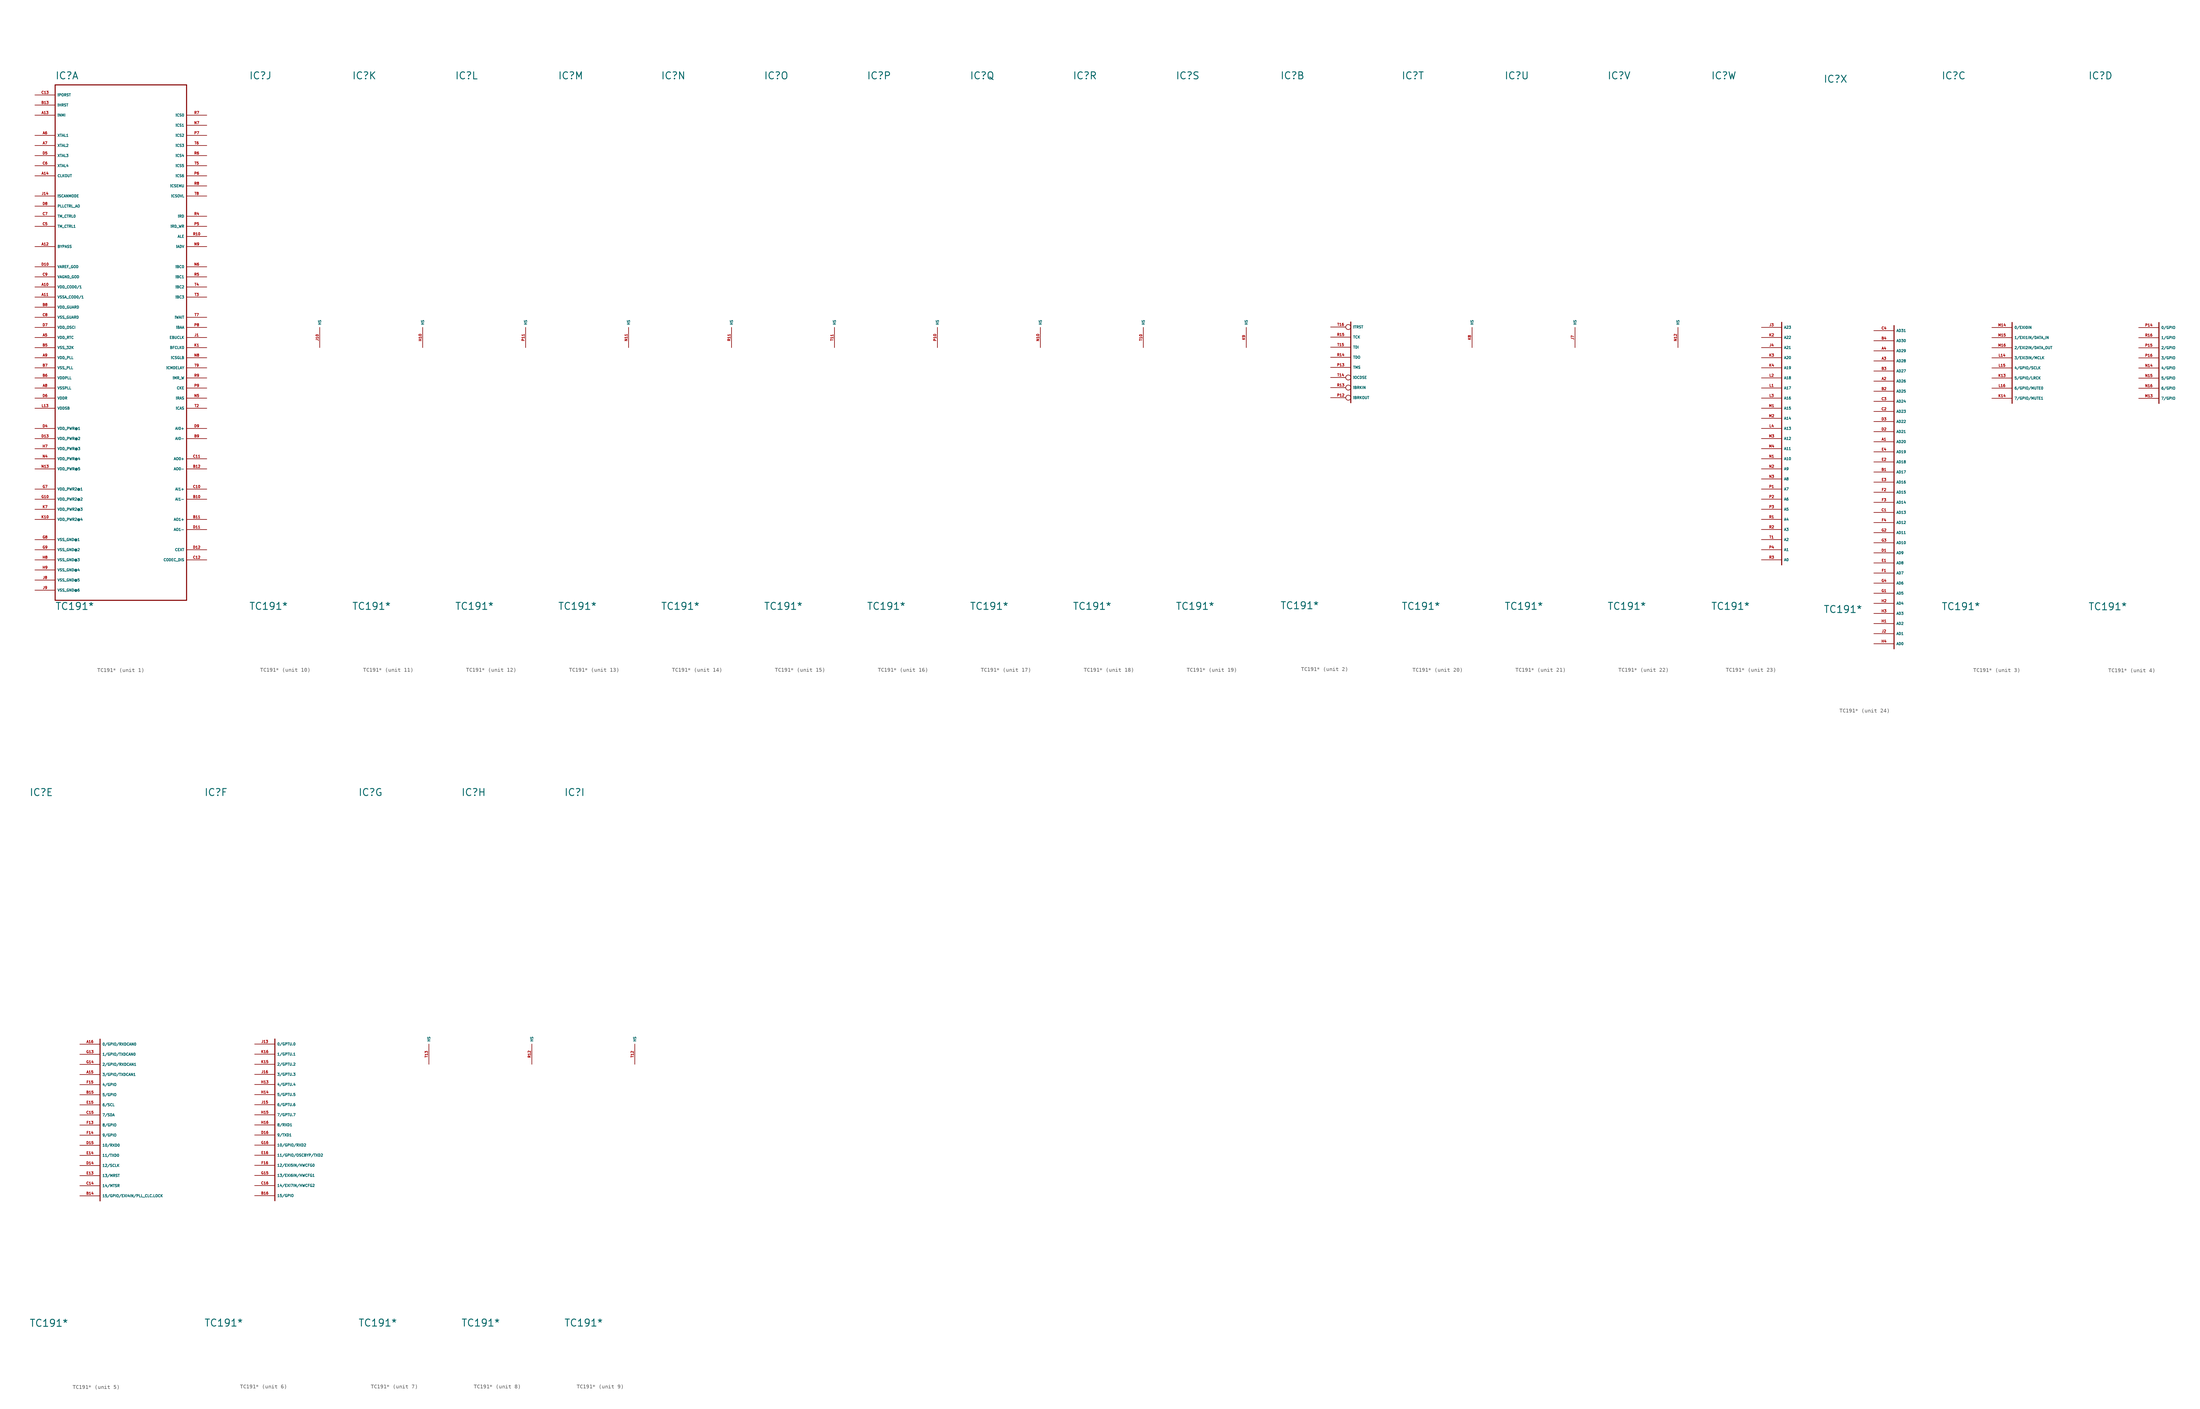
<source format=kicad_sym>
(kicad_symbol_lib
  (version 20220914)
  (generator Eagle2Kicad)
  (symbol "TC191*"
    (property "Reference" "IC"
      (at -17.78 62.23 0)
      (effects (font (size 1.778 1.778) (thickness 0.22)) (justify left bottom)))
    (property "Value" "TC191*"
      (at -17.78 -71.12 0)
      (effects (font (size 1.778 1.778) (thickness 0.22)) (justify left bottom)))
    (symbol "TC191*_1_0"
      (polyline (pts (xy 15.24 60.96) (xy 15.24 -68.58)) (stroke (width 0.254) (type default)) (fill (type none)))
      (polyline (pts (xy 15.24 -68.58) (xy -17.78 -68.58)) (stroke (width 0.254) (type default)) (fill (type none)))
      (polyline (pts (xy -17.78 -68.58) (xy -17.78 60.96)) (stroke (width 0.254) (type default)) (fill (type none)))
      (polyline (pts (xy -17.78 60.96) (xy 15.24 60.96)) (stroke (width 0.254) (type default)) (fill (type none)))
      (pin bidirectional line (at 20.32 27.94 180) (length 5.08) (name "!RD" (effects (font (size 0.635 0.635) (thickness 0.08)) (justify left bottom))) (number "R4" (effects (font (size 0.635 0.635) (thickness 0.08)) (justify left bottom))))
      (pin output line (at 20.32 53.34 180) (length 5.08) (name "!CS0" (effects (font (size 0.635 0.635) (thickness 0.08)) (justify left bottom))) (number "R7" (effects (font (size 0.635 0.635) (thickness 0.08)) (justify left bottom))))
      (pin input line (at -22.86 58.42 0) (length 5.08) (name "!PORST" (effects (font (size 0.635 0.635) (thickness 0.08)) (justify left bottom))) (number "C13" (effects (font (size 0.635 0.635) (thickness 0.08)) (justify left bottom))))
      (pin output line (at -22.86 38.1 0) (length 5.08) (name "CLKOUT" (effects (font (size 0.635 0.635) (thickness 0.08)) (justify left bottom))) (number "A14" (effects (font (size 0.635 0.635) (thickness 0.08)) (justify left bottom))))
      (pin bidirectional line (at 20.32 2.54 180) (length 5.08) (name "!WAIT" (effects (font (size 0.635 0.635) (thickness 0.08)) (justify left bottom))) (number "T7" (effects (font (size 0.635 0.635) (thickness 0.08)) (justify left bottom))))
      (pin output line (at 20.32 -12.7 180) (length 5.08) (name "!MR_W" (effects (font (size 0.635 0.635) (thickness 0.08)) (justify left bottom))) (number "R9" (effects (font (size 0.635 0.635) (thickness 0.08)) (justify left bottom))))
      (pin output line (at 20.32 22.86 180) (length 5.08) (name "ALE" (effects (font (size 0.635 0.635) (thickness 0.08)) (justify left bottom))) (number "R10" (effects (font (size 0.635 0.635) (thickness 0.08)) (justify left bottom))))
      (pin output line (at 20.32 0 180) (length 5.08) (name "!BAA" (effects (font (size 0.635 0.635) (thickness 0.08)) (justify left bottom))) (number "P8" (effects (font (size 0.635 0.635) (thickness 0.08)) (justify left bottom))))
      (pin output line (at 20.32 -17.78 180) (length 5.08) (name "!RAS" (effects (font (size 0.635 0.635) (thickness 0.08)) (justify left bottom))) (number "N5" (effects (font (size 0.635 0.635) (thickness 0.08)) (justify left bottom))))
      (pin output line (at 20.32 -20.32 180) (length 5.08) (name "!CAS" (effects (font (size 0.635 0.635) (thickness 0.08)) (justify left bottom))) (number "T2" (effects (font (size 0.635 0.635) (thickness 0.08)) (justify left bottom))))
      (pin output line (at 20.32 50.8 180) (length 5.08) (name "!CS1" (effects (font (size 0.635 0.635) (thickness 0.08)) (justify left bottom))) (number "N7" (effects (font (size 0.635 0.635) (thickness 0.08)) (justify left bottom))))
      (pin output line (at 20.32 48.26 180) (length 5.08) (name "!CS2" (effects (font (size 0.635 0.635) (thickness 0.08)) (justify left bottom))) (number "P7" (effects (font (size 0.635 0.635) (thickness 0.08)) (justify left bottom))))
      (pin output line (at 20.32 45.72 180) (length 5.08) (name "!CS3" (effects (font (size 0.635 0.635) (thickness 0.08)) (justify left bottom))) (number "T6" (effects (font (size 0.635 0.635) (thickness 0.08)) (justify left bottom))))
      (pin output line (at 20.32 43.18 180) (length 5.08) (name "!CS4" (effects (font (size 0.635 0.635) (thickness 0.08)) (justify left bottom))) (number "R6" (effects (font (size 0.635 0.635) (thickness 0.08)) (justify left bottom))))
      (pin output line (at 20.32 40.64 180) (length 5.08) (name "!CS5" (effects (font (size 0.635 0.635) (thickness 0.08)) (justify left bottom))) (number "T5" (effects (font (size 0.635 0.635) (thickness 0.08)) (justify left bottom))))
      (pin output line (at 20.32 38.1 180) (length 5.08) (name "!CS6" (effects (font (size 0.635 0.635) (thickness 0.08)) (justify left bottom))) (number "P6" (effects (font (size 0.635 0.635) (thickness 0.08)) (justify left bottom))))
      (pin output line (at 20.32 -7.62 180) (length 5.08) (name "!CSGLB" (effects (font (size 0.635 0.635) (thickness 0.08)) (justify left bottom))) (number "N8" (effects (font (size 0.635 0.635) (thickness 0.08)) (justify left bottom))))
      (pin output line (at 20.32 -15.24 180) (length 5.08) (name "CKE" (effects (font (size 0.635 0.635) (thickness 0.08)) (justify left bottom))) (number "P9" (effects (font (size 0.635 0.635) (thickness 0.08)) (justify left bottom))))
      (pin output line (at 20.32 -2.54 180) (length 5.08) (name "EBUCLK" (effects (font (size 0.635 0.635) (thickness 0.08)) (justify left bottom))) (number "J1" (effects (font (size 0.635 0.635) (thickness 0.08)) (justify left bottom))))
      (pin output line (at 20.32 20.32 180) (length 5.08) (name "!ADV" (effects (font (size 0.635 0.635) (thickness 0.08)) (justify left bottom))) (number "N9" (effects (font (size 0.635 0.635) (thickness 0.08)) (justify left bottom))))
      (pin input line (at 20.32 -10.16 180) (length 5.08) (name "!CMDELAY" (effects (font (size 0.635 0.635) (thickness 0.08)) (justify left bottom))) (number "T9" (effects (font (size 0.635 0.635) (thickness 0.08)) (justify left bottom))))
      (pin input line (at -22.86 33.02 0) (length 5.08) (name "!SCANMODE" (effects (font (size 0.635 0.635) (thickness 0.08)) (justify left bottom))) (number "J14" (effects (font (size 0.635 0.635) (thickness 0.08)) (justify left bottom))))
      (pin input line (at -22.86 27.94 0) (length 5.08) (name "TM_CTRL0" (effects (font (size 0.635 0.635) (thickness 0.08)) (justify left bottom))) (number "C7" (effects (font (size 0.635 0.635) (thickness 0.08)) (justify left bottom))))
      (pin input line (at -22.86 25.4 0) (length 5.08) (name "TM_CTRL1" (effects (font (size 0.635 0.635) (thickness 0.08)) (justify left bottom))) (number "C5" (effects (font (size 0.635 0.635) (thickness 0.08)) (justify left bottom))))
      (pin input line (at -22.86 48.26 0) (length 5.08) (name "XTAL1" (effects (font (size 0.635 0.635) (thickness 0.08)) (justify left bottom))) (number "A6" (effects (font (size 0.635 0.635) (thickness 0.08)) (justify left bottom))))
      (pin output line (at -22.86 45.72 0) (length 5.08) (name "XTAL2" (effects (font (size 0.635 0.635) (thickness 0.08)) (justify left bottom))) (number "A7" (effects (font (size 0.635 0.635) (thickness 0.08)) (justify left bottom))))
      (pin bidirectional line (at 20.32 15.24 180) (length 5.08) (name "!BC0" (effects (font (size 0.635 0.635) (thickness 0.08)) (justify left bottom))) (number "N6" (effects (font (size 0.635 0.635) (thickness 0.08)) (justify left bottom))))
      (pin bidirectional line (at 20.32 12.7 180) (length 5.08) (name "!BC1" (effects (font (size 0.635 0.635) (thickness 0.08)) (justify left bottom))) (number "R5" (effects (font (size 0.635 0.635) (thickness 0.08)) (justify left bottom))))
      (pin bidirectional line (at 20.32 10.16 180) (length 5.08) (name "!BC2" (effects (font (size 0.635 0.635) (thickness 0.08)) (justify left bottom))) (number "T4" (effects (font (size 0.635 0.635) (thickness 0.08)) (justify left bottom))))
      (pin bidirectional line (at 20.32 7.62 180) (length 5.08) (name "!BC3" (effects (font (size 0.635 0.635) (thickness 0.08)) (justify left bottom))) (number "T3" (effects (font (size 0.635 0.635) (thickness 0.08)) (justify left bottom))))
      (pin bidirectional line (at 20.32 25.4 180) (length 5.08) (name "!RD_WR" (effects (font (size 0.635 0.635) (thickness 0.08)) (justify left bottom))) (number "P5" (effects (font (size 0.635 0.635) (thickness 0.08)) (justify left bottom))))
      (pin output line (at 20.32 -5.08 180) (length 5.08) (name "BFCLK0" (effects (font (size 0.635 0.635) (thickness 0.08)) (justify left bottom))) (number "K1" (effects (font (size 0.635 0.635) (thickness 0.08)) (justify left bottom))))
      (pin input line (at 20.32 -25.4 180) (length 5.08) (name "AI0+" (effects (font (size 0.635 0.635) (thickness 0.08)) (justify left bottom))) (number "D9" (effects (font (size 0.635 0.635) (thickness 0.08)) (justify left bottom))))
      (pin input line (at 20.32 -27.94 180) (length 5.08) (name "AI0-" (effects (font (size 0.635 0.635) (thickness 0.08)) (justify left bottom))) (number "B9" (effects (font (size 0.635 0.635) (thickness 0.08)) (justify left bottom))))
      (pin output line (at 20.32 -33.02 180) (length 5.08) (name "AO0+" (effects (font (size 0.635 0.635) (thickness 0.08)) (justify left bottom))) (number "C11" (effects (font (size 0.635 0.635) (thickness 0.08)) (justify left bottom))))
      (pin output line (at 20.32 -35.56 180) (length 5.08) (name "AO0-" (effects (font (size 0.635 0.635) (thickness 0.08)) (justify left bottom))) (number "B12" (effects (font (size 0.635 0.635) (thickness 0.08)) (justify left bottom))))
      (pin input line (at 20.32 -40.64 180) (length 5.08) (name "AI1+" (effects (font (size 0.635 0.635) (thickness 0.08)) (justify left bottom))) (number "C10" (effects (font (size 0.635 0.635) (thickness 0.08)) (justify left bottom))))
      (pin input line (at 20.32 -43.18 180) (length 5.08) (name "AI1-" (effects (font (size 0.635 0.635) (thickness 0.08)) (justify left bottom))) (number "B10" (effects (font (size 0.635 0.635) (thickness 0.08)) (justify left bottom))))
      (pin output line (at 20.32 -48.26 180) (length 5.08) (name "AO1+" (effects (font (size 0.635 0.635) (thickness 0.08)) (justify left bottom))) (number "B11" (effects (font (size 0.635 0.635) (thickness 0.08)) (justify left bottom))))
      (pin output line (at 20.32 -50.8 180) (length 5.08) (name "AO1-" (effects (font (size 0.635 0.635) (thickness 0.08)) (justify left bottom))) (number "D11" (effects (font (size 0.635 0.635) (thickness 0.08)) (justify left bottom))))
      (pin input line (at 20.32 -55.88 180) (length 5.08) (name "CEXT" (effects (font (size 0.635 0.635) (thickness 0.08)) (justify left bottom))) (number "D12" (effects (font (size 0.635 0.635) (thickness 0.08)) (justify left bottom))))
      (pin input line (at 20.32 -58.42 180) (length 5.08) (name "CODEC_DIS" (effects (font (size 0.635 0.635) (thickness 0.08)) (justify left bottom))) (number "C12" (effects (font (size 0.635 0.635) (thickness 0.08)) (justify left bottom))))
      (pin output line (at 20.32 35.56 180) (length 5.08) (name "!CSEMU" (effects (font (size 0.635 0.635) (thickness 0.08)) (justify left bottom))) (number "R8" (effects (font (size 0.635 0.635) (thickness 0.08)) (justify left bottom))))
      (pin output line (at 20.32 33.02 180) (length 5.08) (name "!CSOVL" (effects (font (size 0.635 0.635) (thickness 0.08)) (justify left bottom))) (number "T8" (effects (font (size 0.635 0.635) (thickness 0.08)) (justify left bottom))))
      (pin input line (at -22.86 30.48 0) (length 5.08) (name "PLLCTRL_AO" (effects (font (size 0.635 0.635) (thickness 0.08)) (justify left bottom))) (number "D8" (effects (font (size 0.635 0.635) (thickness 0.08)) (justify left bottom))))
      (pin input line (at -22.86 43.18 0) (length 5.08) (name "XTAL3" (effects (font (size 0.635 0.635) (thickness 0.08)) (justify left bottom))) (number "D5" (effects (font (size 0.635 0.635) (thickness 0.08)) (justify left bottom))))
      (pin output line (at -22.86 40.64 0) (length 5.08) (name "XTAL4" (effects (font (size 0.635 0.635) (thickness 0.08)) (justify left bottom))) (number "C6" (effects (font (size 0.635 0.635) (thickness 0.08)) (justify left bottom))))
      (pin input line (at -22.86 15.24 0) (length 5.08) (name "VAREF_GOD" (effects (font (size 0.635 0.635) (thickness 0.08)) (justify left bottom))) (number "D10" (effects (font (size 0.635 0.635) (thickness 0.08)) (justify left bottom))))
      (pin input line (at -22.86 12.7 0) (length 5.08) (name "VAGND_GOD" (effects (font (size 0.635 0.635) (thickness 0.08)) (justify left bottom))) (number "C9" (effects (font (size 0.635 0.635) (thickness 0.08)) (justify left bottom))))
      (pin input line (at -22.86 10.16 0) (length 5.08) (name "VDD_COD0/1" (effects (font (size 0.635 0.635) (thickness 0.08)) (justify left bottom))) (number "A10" (effects (font (size 0.635 0.635) (thickness 0.08)) (justify left bottom))))
      (pin input line (at -22.86 7.62 0) (length 5.08) (name "VSSA_COD0/1" (effects (font (size 0.635 0.635) (thickness 0.08)) (justify left bottom))) (number "A11" (effects (font (size 0.635 0.635) (thickness 0.08)) (justify left bottom))))
      (pin input line (at -22.86 5.08 0) (length 5.08) (name "VDD_GUARD" (effects (font (size 0.635 0.635) (thickness 0.08)) (justify left bottom))) (number "B8" (effects (font (size 0.635 0.635) (thickness 0.08)) (justify left bottom))))
      (pin input line (at -22.86 2.54 0) (length 5.08) (name "VSS_GUARD" (effects (font (size 0.635 0.635) (thickness 0.08)) (justify left bottom))) (number "C8" (effects (font (size 0.635 0.635) (thickness 0.08)) (justify left bottom))))
      (pin input line (at -22.86 0 0) (length 5.08) (name "VDD_OSCI" (effects (font (size 0.635 0.635) (thickness 0.08)) (justify left bottom))) (number "D7" (effects (font (size 0.635 0.635) (thickness 0.08)) (justify left bottom))))
      (pin input line (at -22.86 -2.54 0) (length 5.08) (name "VDD_RTC" (effects (font (size 0.635 0.635) (thickness 0.08)) (justify left bottom))) (number "A5" (effects (font (size 0.635 0.635) (thickness 0.08)) (justify left bottom))))
      (pin input line (at -22.86 -5.08 0) (length 5.08) (name "VSS_32K" (effects (font (size 0.635 0.635) (thickness 0.08)) (justify left bottom))) (number "B5" (effects (font (size 0.635 0.635) (thickness 0.08)) (justify left bottom))))
      (pin input line (at -22.86 -7.62 0) (length 5.08) (name "VDD_PLL" (effects (font (size 0.635 0.635) (thickness 0.08)) (justify left bottom))) (number "A9" (effects (font (size 0.635 0.635) (thickness 0.08)) (justify left bottom))))
      (pin input line (at -22.86 -10.16 0) (length 5.08) (name "VSS_PLL" (effects (font (size 0.635 0.635) (thickness 0.08)) (justify left bottom))) (number "B7" (effects (font (size 0.635 0.635) (thickness 0.08)) (justify left bottom))))
      (pin input line (at -22.86 -12.7 0) (length 5.08) (name "VDDPLL" (effects (font (size 0.635 0.635) (thickness 0.08)) (justify left bottom))) (number "B6" (effects (font (size 0.635 0.635) (thickness 0.08)) (justify left bottom))))
      (pin input line (at -22.86 -15.24 0) (length 5.08) (name "VSSPLL" (effects (font (size 0.635 0.635) (thickness 0.08)) (justify left bottom))) (number "A8" (effects (font (size 0.635 0.635) (thickness 0.08)) (justify left bottom))))
      (pin input line (at -22.86 -17.78 0) (length 5.08) (name "VDDR" (effects (font (size 0.635 0.635) (thickness 0.08)) (justify left bottom))) (number "D6" (effects (font (size 0.635 0.635) (thickness 0.08)) (justify left bottom))))
      (pin input line (at -22.86 -20.32 0) (length 5.08) (name "VDDSB" (effects (font (size 0.635 0.635) (thickness 0.08)) (justify left bottom))) (number "L13" (effects (font (size 0.635 0.635) (thickness 0.08)) (justify left bottom))))
      (pin input line (at -22.86 -25.4 0) (length 5.08) (name "VDD_PWR@1" (effects (font (size 0.635 0.635) (thickness 0.08)) (justify left bottom))) (number "D4" (effects (font (size 0.635 0.635) (thickness 0.08)) (justify left bottom))))
      (pin input line (at -22.86 -27.94 0) (length 5.08) (name "VDD_PWR@2" (effects (font (size 0.635 0.635) (thickness 0.08)) (justify left bottom))) (number "D13" (effects (font (size 0.635 0.635) (thickness 0.08)) (justify left bottom))))
      (pin input line (at -22.86 -30.48 0) (length 5.08) (name "VDD_PWR@3" (effects (font (size 0.635 0.635) (thickness 0.08)) (justify left bottom))) (number "H7" (effects (font (size 0.635 0.635) (thickness 0.08)) (justify left bottom))))
      (pin input line (at -22.86 -33.02 0) (length 5.08) (name "VDD_PWR@4" (effects (font (size 0.635 0.635) (thickness 0.08)) (justify left bottom))) (number "N4" (effects (font (size 0.635 0.635) (thickness 0.08)) (justify left bottom))))
      (pin input line (at -22.86 -35.56 0) (length 5.08) (name "VDD_PWR@5" (effects (font (size 0.635 0.635) (thickness 0.08)) (justify left bottom))) (number "N13" (effects (font (size 0.635 0.635) (thickness 0.08)) (justify left bottom))))
      (pin input line (at -22.86 -40.64 0) (length 5.08) (name "VDD_PWR2@1" (effects (font (size 0.635 0.635) (thickness 0.08)) (justify left bottom))) (number "G7" (effects (font (size 0.635 0.635) (thickness 0.08)) (justify left bottom))))
      (pin input line (at -22.86 -43.18 0) (length 5.08) (name "VDD_PWR2@2" (effects (font (size 0.635 0.635) (thickness 0.08)) (justify left bottom))) (number "G10" (effects (font (size 0.635 0.635) (thickness 0.08)) (justify left bottom))))
      (pin input line (at -22.86 -45.72 0) (length 5.08) (name "VDD_PWR2@3" (effects (font (size 0.635 0.635) (thickness 0.08)) (justify left bottom))) (number "K7" (effects (font (size 0.635 0.635) (thickness 0.08)) (justify left bottom))))
      (pin input line (at -22.86 -48.26 0) (length 5.08) (name "VDD_PWR2@4" (effects (font (size 0.635 0.635) (thickness 0.08)) (justify left bottom))) (number "K10" (effects (font (size 0.635 0.635) (thickness 0.08)) (justify left bottom))))
      (pin input line (at -22.86 -53.34 0) (length 5.08) (name "VSS_GND@1" (effects (font (size 0.635 0.635) (thickness 0.08)) (justify left bottom))) (number "G8" (effects (font (size 0.635 0.635) (thickness 0.08)) (justify left bottom))))
      (pin input line (at -22.86 -55.88 0) (length 5.08) (name "VSS_GND@2" (effects (font (size 0.635 0.635) (thickness 0.08)) (justify left bottom))) (number "G9" (effects (font (size 0.635 0.635) (thickness 0.08)) (justify left bottom))))
      (pin input line (at -22.86 -58.42 0) (length 5.08) (name "VSS_GND@3" (effects (font (size 0.635 0.635) (thickness 0.08)) (justify left bottom))) (number "H8" (effects (font (size 0.635 0.635) (thickness 0.08)) (justify left bottom))))
      (pin input line (at -22.86 -60.96 0) (length 5.08) (name "VSS_GND@4" (effects (font (size 0.635 0.635) (thickness 0.08)) (justify left bottom))) (number "H9" (effects (font (size 0.635 0.635) (thickness 0.08)) (justify left bottom))))
      (pin input line (at -22.86 -63.5 0) (length 5.08) (name "VSS_GND@5" (effects (font (size 0.635 0.635) (thickness 0.08)) (justify left bottom))) (number "J8" (effects (font (size 0.635 0.635) (thickness 0.08)) (justify left bottom))))
      (pin input line (at -22.86 -66.04 0) (length 5.08) (name "VSS_GND@6" (effects (font (size 0.635 0.635) (thickness 0.08)) (justify left bottom))) (number "J9" (effects (font (size 0.635 0.635) (thickness 0.08)) (justify left bottom))))
      (pin input line (at -22.86 53.34 0) (length 5.08) (name "!NMI" (effects (font (size 0.635 0.635) (thickness 0.08)) (justify left bottom))) (number "A13" (effects (font (size 0.635 0.635) (thickness 0.08)) (justify left bottom))))
      (pin input line (at -22.86 20.32 0) (length 5.08) (name "BYPASS" (effects (font (size 0.635 0.635) (thickness 0.08)) (justify left bottom))) (number "A12" (effects (font (size 0.635 0.635) (thickness 0.08)) (justify left bottom))))
      (pin bidirectional line (at -22.86 55.88 0) (length 5.08) (name "!HRST" (effects (font (size 0.635 0.635) (thickness 0.08)) (justify left bottom))) (number "B13" (effects (font (size 0.635 0.635) (thickness 0.08)) (justify left bottom)))))
    (symbol "TC191*_2_0"
      (polyline (pts (xy 0 1.27) (xy 0 -19.05)) (stroke (width 0.254) (type default)) (fill (type none)))
      (pin input inverted (at -5.08 0 0) (length 5.08) (name "!TRST" (effects (font (size 0.635 0.635) (thickness 0.08)) (justify left bottom))) (number "T16" (effects (font (size 0.635 0.635) (thickness 0.08)) (justify left bottom))))
      (pin input line (at -5.08 -2.54 0) (length 5.08) (name "TCK" (effects (font (size 0.635 0.635) (thickness 0.08)) (justify left bottom))) (number "R15" (effects (font (size 0.635 0.635) (thickness 0.08)) (justify left bottom))))
      (pin input line (at -5.08 -5.08 0) (length 5.08) (name "TDI" (effects (font (size 0.635 0.635) (thickness 0.08)) (justify left bottom))) (number "T15" (effects (font (size 0.635 0.635) (thickness 0.08)) (justify left bottom))))
      (pin output line (at -5.08 -7.62 0) (length 5.08) (name "TDO" (effects (font (size 0.635 0.635) (thickness 0.08)) (justify left bottom))) (number "R14" (effects (font (size 0.635 0.635) (thickness 0.08)) (justify left bottom))))
      (pin input line (at -5.08 -10.16 0) (length 5.08) (name "TMS" (effects (font (size 0.635 0.635) (thickness 0.08)) (justify left bottom))) (number "P13" (effects (font (size 0.635 0.635) (thickness 0.08)) (justify left bottom))))
      (pin input inverted (at -5.08 -12.7 0) (length 5.08) (name "!OCDSE" (effects (font (size 0.635 0.635) (thickness 0.08)) (justify left bottom))) (number "T14" (effects (font (size 0.635 0.635) (thickness 0.08)) (justify left bottom))))
      (pin input inverted (at -5.08 -15.24 0) (length 5.08) (name "!BRKIN" (effects (font (size 0.635 0.635) (thickness 0.08)) (justify left bottom))) (number "R13" (effects (font (size 0.635 0.635) (thickness 0.08)) (justify left bottom))))
      (pin output inverted (at -5.08 -17.78 0) (length 5.08) (name "!BRKOUT" (effects (font (size 0.635 0.635) (thickness 0.08)) (justify left bottom))) (number "P12" (effects (font (size 0.635 0.635) (thickness 0.08)) (justify left bottom)))))
    (symbol "TC191*_3_0"
      (polyline (pts (xy 0 1.27) (xy 0 -19.05)) (stroke (width 0.254) (type default)) (fill (type none)))
      (pin bidirectional line (at -5.08 0 0) (length 5.08) (name "0/EXI0IN" (effects (font (size 0.635 0.635) (thickness 0.08)) (justify left bottom))) (number "M14" (effects (font (size 0.635 0.635) (thickness 0.08)) (justify left bottom))))
      (pin bidirectional line (at -5.08 -2.54 0) (length 5.08) (name "1/EXI1IN/DATA_IN" (effects (font (size 0.635 0.635) (thickness 0.08)) (justify left bottom))) (number "M15" (effects (font (size 0.635 0.635) (thickness 0.08)) (justify left bottom))))
      (pin bidirectional line (at -5.08 -5.08 0) (length 5.08) (name "2/EXI2IN/DATA_OUT" (effects (font (size 0.635 0.635) (thickness 0.08)) (justify left bottom))) (number "M16" (effects (font (size 0.635 0.635) (thickness 0.08)) (justify left bottom))))
      (pin bidirectional line (at -5.08 -7.62 0) (length 5.08) (name "3/EXI3IN/MCLK" (effects (font (size 0.635 0.635) (thickness 0.08)) (justify left bottom))) (number "L14" (effects (font (size 0.635 0.635) (thickness 0.08)) (justify left bottom))))
      (pin bidirectional line (at -5.08 -10.16 0) (length 5.08) (name "4/GPIO/SCLK" (effects (font (size 0.635 0.635) (thickness 0.08)) (justify left bottom))) (number "L15" (effects (font (size 0.635 0.635) (thickness 0.08)) (justify left bottom))))
      (pin bidirectional line (at -5.08 -12.7 0) (length 5.08) (name "5/GPIO/LRCK" (effects (font (size 0.635 0.635) (thickness 0.08)) (justify left bottom))) (number "K13" (effects (font (size 0.635 0.635) (thickness 0.08)) (justify left bottom))))
      (pin bidirectional line (at -5.08 -15.24 0) (length 5.08) (name "6/GPIO/MUTE0" (effects (font (size 0.635 0.635) (thickness 0.08)) (justify left bottom))) (number "L16" (effects (font (size 0.635 0.635) (thickness 0.08)) (justify left bottom))))
      (pin bidirectional line (at -5.08 -17.78 0) (length 5.08) (name "7/GPIO/MUTE1" (effects (font (size 0.635 0.635) (thickness 0.08)) (justify left bottom))) (number "K14" (effects (font (size 0.635 0.635) (thickness 0.08)) (justify left bottom)))))
    (symbol "TC191*_4_0"
      (polyline (pts (xy 0 1.27) (xy 0 -19.05)) (stroke (width 0.254) (type default)) (fill (type none)))
      (pin bidirectional line (at -5.08 0 0) (length 5.08) (name "0/GPIO" (effects (font (size 0.635 0.635) (thickness 0.08)) (justify left bottom))) (number "P14" (effects (font (size 0.635 0.635) (thickness 0.08)) (justify left bottom))))
      (pin bidirectional line (at -5.08 -2.54 0) (length 5.08) (name "1/GPIO" (effects (font (size 0.635 0.635) (thickness 0.08)) (justify left bottom))) (number "R16" (effects (font (size 0.635 0.635) (thickness 0.08)) (justify left bottom))))
      (pin bidirectional line (at -5.08 -5.08 0) (length 5.08) (name "2/GPIO" (effects (font (size 0.635 0.635) (thickness 0.08)) (justify left bottom))) (number "P15" (effects (font (size 0.635 0.635) (thickness 0.08)) (justify left bottom))))
      (pin bidirectional line (at -5.08 -7.62 0) (length 5.08) (name "3/GPIO" (effects (font (size 0.635 0.635) (thickness 0.08)) (justify left bottom))) (number "P16" (effects (font (size 0.635 0.635) (thickness 0.08)) (justify left bottom))))
      (pin bidirectional line (at -5.08 -10.16 0) (length 5.08) (name "4/GPIO" (effects (font (size 0.635 0.635) (thickness 0.08)) (justify left bottom))) (number "N14" (effects (font (size 0.635 0.635) (thickness 0.08)) (justify left bottom))))
      (pin bidirectional line (at -5.08 -12.7 0) (length 5.08) (name "5/GPIO" (effects (font (size 0.635 0.635) (thickness 0.08)) (justify left bottom))) (number "N15" (effects (font (size 0.635 0.635) (thickness 0.08)) (justify left bottom))))
      (pin bidirectional line (at -5.08 -15.24 0) (length 5.08) (name "6/GPIO" (effects (font (size 0.635 0.635) (thickness 0.08)) (justify left bottom))) (number "N16" (effects (font (size 0.635 0.635) (thickness 0.08)) (justify left bottom))))
      (pin bidirectional line (at -5.08 -17.78 0) (length 5.08) (name "7/GPIO" (effects (font (size 0.635 0.635) (thickness 0.08)) (justify left bottom))) (number "M13" (effects (font (size 0.635 0.635) (thickness 0.08)) (justify left bottom)))))
    (symbol "TC191*_5_0"
      (polyline (pts (xy 0 1.27) (xy 0 -39.37)) (stroke (width 0.254) (type default)) (fill (type none)))
      (pin bidirectional line (at -5.08 0 0) (length 5.08) (name "0/GPIO/RXDCAN0" (effects (font (size 0.635 0.635) (thickness 0.08)) (justify left bottom))) (number "A16" (effects (font (size 0.635 0.635) (thickness 0.08)) (justify left bottom))))
      (pin bidirectional line (at -5.08 -2.54 0) (length 5.08) (name "1/GPIO/TXDCAN0" (effects (font (size 0.635 0.635) (thickness 0.08)) (justify left bottom))) (number "G13" (effects (font (size 0.635 0.635) (thickness 0.08)) (justify left bottom))))
      (pin bidirectional line (at -5.08 -5.08 0) (length 5.08) (name "2/GPIO/RXDCAN1" (effects (font (size 0.635 0.635) (thickness 0.08)) (justify left bottom))) (number "G14" (effects (font (size 0.635 0.635) (thickness 0.08)) (justify left bottom))))
      (pin bidirectional line (at -5.08 -7.62 0) (length 5.08) (name "3/GPIO/TXDCAN1" (effects (font (size 0.635 0.635) (thickness 0.08)) (justify left bottom))) (number "A15" (effects (font (size 0.635 0.635) (thickness 0.08)) (justify left bottom))))
      (pin bidirectional line (at -5.08 -10.16 0) (length 5.08) (name "4/GPIO" (effects (font (size 0.635 0.635) (thickness 0.08)) (justify left bottom))) (number "F15" (effects (font (size 0.635 0.635) (thickness 0.08)) (justify left bottom))))
      (pin bidirectional line (at -5.08 -12.7 0) (length 5.08) (name "5/GPIO" (effects (font (size 0.635 0.635) (thickness 0.08)) (justify left bottom))) (number "B15" (effects (font (size 0.635 0.635) (thickness 0.08)) (justify left bottom))))
      (pin bidirectional line (at -5.08 -15.24 0) (length 5.08) (name "6/SCL" (effects (font (size 0.635 0.635) (thickness 0.08)) (justify left bottom))) (number "E15" (effects (font (size 0.635 0.635) (thickness 0.08)) (justify left bottom))))
      (pin bidirectional line (at -5.08 -17.78 0) (length 5.08) (name "7/SDA" (effects (font (size 0.635 0.635) (thickness 0.08)) (justify left bottom))) (number "C15" (effects (font (size 0.635 0.635) (thickness 0.08)) (justify left bottom))))
      (pin bidirectional line (at -5.08 -20.32 0) (length 5.08) (name "8/GPIO" (effects (font (size 0.635 0.635) (thickness 0.08)) (justify left bottom))) (number "F13" (effects (font (size 0.635 0.635) (thickness 0.08)) (justify left bottom))))
      (pin bidirectional line (at -5.08 -22.86 0) (length 5.08) (name "9/GPIO" (effects (font (size 0.635 0.635) (thickness 0.08)) (justify left bottom))) (number "F14" (effects (font (size 0.635 0.635) (thickness 0.08)) (justify left bottom))))
      (pin bidirectional line (at -5.08 -25.4 0) (length 5.08) (name "10/RXD0" (effects (font (size 0.635 0.635) (thickness 0.08)) (justify left bottom))) (number "D15" (effects (font (size 0.635 0.635) (thickness 0.08)) (justify left bottom))))
      (pin bidirectional line (at -5.08 -27.94 0) (length 5.08) (name "11/TXD0" (effects (font (size 0.635 0.635) (thickness 0.08)) (justify left bottom))) (number "E14" (effects (font (size 0.635 0.635) (thickness 0.08)) (justify left bottom))))
      (pin bidirectional line (at -5.08 -30.48 0) (length 5.08) (name "12/SCLK" (effects (font (size 0.635 0.635) (thickness 0.08)) (justify left bottom))) (number "D14" (effects (font (size 0.635 0.635) (thickness 0.08)) (justify left bottom))))
      (pin bidirectional line (at -5.08 -33.02 0) (length 5.08) (name "13/MRST" (effects (font (size 0.635 0.635) (thickness 0.08)) (justify left bottom))) (number "E13" (effects (font (size 0.635 0.635) (thickness 0.08)) (justify left bottom))))
      (pin bidirectional line (at -5.08 -35.56 0) (length 5.08) (name "14/MTSR" (effects (font (size 0.635 0.635) (thickness 0.08)) (justify left bottom))) (number "C14" (effects (font (size 0.635 0.635) (thickness 0.08)) (justify left bottom))))
      (pin bidirectional line (at -5.08 -38.1 0) (length 5.08) (name "15/GPIO/EXI4IN/PLL_CLC.LOCK" (effects (font (size 0.635 0.635) (thickness 0.08)) (justify left bottom))) (number "B14" (effects (font (size 0.635 0.635) (thickness 0.08)) (justify left bottom)))))
    (symbol "TC191*_6_0"
      (polyline (pts (xy 0 1.27) (xy 0 -39.37)) (stroke (width 0.254) (type default)) (fill (type none)))
      (pin bidirectional line (at -5.08 0 0) (length 5.08) (name "0/GPTU.0" (effects (font (size 0.635 0.635) (thickness 0.08)) (justify left bottom))) (number "J13" (effects (font (size 0.635 0.635) (thickness 0.08)) (justify left bottom))))
      (pin bidirectional line (at -5.08 -2.54 0) (length 5.08) (name "1/GPTU.1" (effects (font (size 0.635 0.635) (thickness 0.08)) (justify left bottom))) (number "K16" (effects (font (size 0.635 0.635) (thickness 0.08)) (justify left bottom))))
      (pin bidirectional line (at -5.08 -5.08 0) (length 5.08) (name "2/GPTU.2" (effects (font (size 0.635 0.635) (thickness 0.08)) (justify left bottom))) (number "K15" (effects (font (size 0.635 0.635) (thickness 0.08)) (justify left bottom))))
      (pin bidirectional line (at -5.08 -7.62 0) (length 5.08) (name "3/GPTU.3" (effects (font (size 0.635 0.635) (thickness 0.08)) (justify left bottom))) (number "J16" (effects (font (size 0.635 0.635) (thickness 0.08)) (justify left bottom))))
      (pin bidirectional line (at -5.08 -10.16 0) (length 5.08) (name "4/GPTU.4" (effects (font (size 0.635 0.635) (thickness 0.08)) (justify left bottom))) (number "H13" (effects (font (size 0.635 0.635) (thickness 0.08)) (justify left bottom))))
      (pin bidirectional line (at -5.08 -12.7 0) (length 5.08) (name "5/GPTU.5" (effects (font (size 0.635 0.635) (thickness 0.08)) (justify left bottom))) (number "H14" (effects (font (size 0.635 0.635) (thickness 0.08)) (justify left bottom))))
      (pin bidirectional line (at -5.08 -15.24 0) (length 5.08) (name "6/GPTU.6" (effects (font (size 0.635 0.635) (thickness 0.08)) (justify left bottom))) (number "J15" (effects (font (size 0.635 0.635) (thickness 0.08)) (justify left bottom))))
      (pin bidirectional line (at -5.08 -17.78 0) (length 5.08) (name "7/GPTU.7" (effects (font (size 0.635 0.635) (thickness 0.08)) (justify left bottom))) (number "H15" (effects (font (size 0.635 0.635) (thickness 0.08)) (justify left bottom))))
      (pin bidirectional line (at -5.08 -20.32 0) (length 5.08) (name "8/RXD1" (effects (font (size 0.635 0.635) (thickness 0.08)) (justify left bottom))) (number "H16" (effects (font (size 0.635 0.635) (thickness 0.08)) (justify left bottom))))
      (pin bidirectional line (at -5.08 -22.86 0) (length 5.08) (name "9/TXD1" (effects (font (size 0.635 0.635) (thickness 0.08)) (justify left bottom))) (number "D16" (effects (font (size 0.635 0.635) (thickness 0.08)) (justify left bottom))))
      (pin bidirectional line (at -5.08 -25.4 0) (length 5.08) (name "10/GPIO/RXD2" (effects (font (size 0.635 0.635) (thickness 0.08)) (justify left bottom))) (number "G16" (effects (font (size 0.635 0.635) (thickness 0.08)) (justify left bottom))))
      (pin bidirectional line (at -5.08 -27.94 0) (length 5.08) (name "11/GPIO/OSCBYP/TXD2" (effects (font (size 0.635 0.635) (thickness 0.08)) (justify left bottom))) (number "E16" (effects (font (size 0.635 0.635) (thickness 0.08)) (justify left bottom))))
      (pin bidirectional line (at -5.08 -30.48 0) (length 5.08) (name "12/EXI5IN/HWCFG0" (effects (font (size 0.635 0.635) (thickness 0.08)) (justify left bottom))) (number "F16" (effects (font (size 0.635 0.635) (thickness 0.08)) (justify left bottom))))
      (pin bidirectional line (at -5.08 -33.02 0) (length 5.08) (name "13/EXI6IN/HWCFG1" (effects (font (size 0.635 0.635) (thickness 0.08)) (justify left bottom))) (number "G15" (effects (font (size 0.635 0.635) (thickness 0.08)) (justify left bottom))))
      (pin bidirectional line (at -5.08 -35.56 0) (length 5.08) (name "14/EXI7IN/HWCFG2" (effects (font (size 0.635 0.635) (thickness 0.08)) (justify left bottom))) (number "C16" (effects (font (size 0.635 0.635) (thickness 0.08)) (justify left bottom))))
      (pin bidirectional line (at -5.08 -38.1 0) (length 5.08) (name "15/GPIO" (effects (font (size 0.635 0.635) (thickness 0.08)) (justify left bottom))) (number "B16" (effects (font (size 0.635 0.635) (thickness 0.08)) (justify left bottom)))))
    (symbol "TC191*_7_0"
      (pin input line (at 0 -5.08 90) (length 5.08) (name "HS" (effects (font (size 0.635 0.635) (thickness 0.08)) (justify left bottom))) (number "T13" (effects (font (size 0.635 0.635) (thickness 0.08)) (justify left bottom)))))
    (symbol "TC191*_8_0"
      (pin input line (at 0 -5.08 90) (length 5.08) (name "HS" (effects (font (size 0.635 0.635) (thickness 0.08)) (justify left bottom))) (number "R12" (effects (font (size 0.635 0.635) (thickness 0.08)) (justify left bottom)))))
    (symbol "TC191*_9_0"
      (pin input line (at 0 -5.08 90) (length 5.08) (name "HS" (effects (font (size 0.635 0.635) (thickness 0.08)) (justify left bottom))) (number "T12" (effects (font (size 0.635 0.635) (thickness 0.08)) (justify left bottom)))))
    (symbol "TC191*_10_0"
      (pin input line (at 0 -5.08 90) (length 5.08) (name "HS" (effects (font (size 0.635 0.635) (thickness 0.08)) (justify left bottom))) (number "J10" (effects (font (size 0.635 0.635) (thickness 0.08)) (justify left bottom)))))
    (symbol "TC191*_11_0"
      (pin input line (at 0 -5.08 90) (length 5.08) (name "HS" (effects (font (size 0.635 0.635) (thickness 0.08)) (justify left bottom))) (number "H10" (effects (font (size 0.635 0.635) (thickness 0.08)) (justify left bottom)))))
    (symbol "TC191*_12_0"
      (pin input line (at 0 -5.08 90) (length 5.08) (name "HS" (effects (font (size 0.635 0.635) (thickness 0.08)) (justify left bottom))) (number "P11" (effects (font (size 0.635 0.635) (thickness 0.08)) (justify left bottom)))))
    (symbol "TC191*_13_0"
      (pin input line (at 0 -5.08 90) (length 5.08) (name "HS" (effects (font (size 0.635 0.635) (thickness 0.08)) (justify left bottom))) (number "N11" (effects (font (size 0.635 0.635) (thickness 0.08)) (justify left bottom)))))
    (symbol "TC191*_14_0"
      (pin input line (at 0 -5.08 90) (length 5.08) (name "HS" (effects (font (size 0.635 0.635) (thickness 0.08)) (justify left bottom))) (number "R11" (effects (font (size 0.635 0.635) (thickness 0.08)) (justify left bottom)))))
    (symbol "TC191*_15_0"
      (pin input line (at 0 -5.08 90) (length 5.08) (name "HS" (effects (font (size 0.635 0.635) (thickness 0.08)) (justify left bottom))) (number "T11" (effects (font (size 0.635 0.635) (thickness 0.08)) (justify left bottom)))))
    (symbol "TC191*_16_0"
      (pin input line (at 0 -5.08 90) (length 5.08) (name "HS" (effects (font (size 0.635 0.635) (thickness 0.08)) (justify left bottom))) (number "P10" (effects (font (size 0.635 0.635) (thickness 0.08)) (justify left bottom)))))
    (symbol "TC191*_17_0"
      (pin input line (at 0 -5.08 90) (length 5.08) (name "HS" (effects (font (size 0.635 0.635) (thickness 0.08)) (justify left bottom))) (number "N10" (effects (font (size 0.635 0.635) (thickness 0.08)) (justify left bottom)))))
    (symbol "TC191*_18_0"
      (pin input line (at 0 -5.08 90) (length 5.08) (name "HS" (effects (font (size 0.635 0.635) (thickness 0.08)) (justify left bottom))) (number "T10" (effects (font (size 0.635 0.635) (thickness 0.08)) (justify left bottom)))))
    (symbol "TC191*_19_0"
      (pin input line (at 0 -5.08 90) (length 5.08) (name "HS" (effects (font (size 0.635 0.635) (thickness 0.08)) (justify left bottom))) (number "K9" (effects (font (size 0.635 0.635) (thickness 0.08)) (justify left bottom)))))
    (symbol "TC191*_20_0"
      (pin input line (at 0 -5.08 90) (length 5.08) (name "HS" (effects (font (size 0.635 0.635) (thickness 0.08)) (justify left bottom))) (number "K8" (effects (font (size 0.635 0.635) (thickness 0.08)) (justify left bottom)))))
    (symbol "TC191*_21_0"
      (pin input line (at 0 -5.08 90) (length 5.08) (name "HS" (effects (font (size 0.635 0.635) (thickness 0.08)) (justify left bottom))) (number "J7" (effects (font (size 0.635 0.635) (thickness 0.08)) (justify left bottom)))))
    (symbol "TC191*_22_0"
      (pin input line (at 0 -5.08 90) (length 5.08) (name "HS" (effects (font (size 0.635 0.635) (thickness 0.08)) (justify left bottom))) (number "N12" (effects (font (size 0.635 0.635) (thickness 0.08)) (justify left bottom)))))
    (symbol "TC191*_23_0"
      (polyline (pts (xy 0 1.27) (xy 0 -59.69)) (stroke (width 0.254) (type default)) (fill (type none)))
      (pin output line (at -5.08 -58.42 0) (length 5.08) (name "A0" (effects (font (size 0.635 0.635) (thickness 0.08)) (justify left bottom))) (number "R3" (effects (font (size 0.635 0.635) (thickness 0.08)) (justify left bottom))))
      (pin output line (at -5.08 -55.88 0) (length 5.08) (name "A1" (effects (font (size 0.635 0.635) (thickness 0.08)) (justify left bottom))) (number "P4" (effects (font (size 0.635 0.635) (thickness 0.08)) (justify left bottom))))
      (pin output line (at -5.08 -53.34 0) (length 5.08) (name "A2" (effects (font (size 0.635 0.635) (thickness 0.08)) (justify left bottom))) (number "T1" (effects (font (size 0.635 0.635) (thickness 0.08)) (justify left bottom))))
      (pin output line (at -5.08 -50.8 0) (length 5.08) (name "A3" (effects (font (size 0.635 0.635) (thickness 0.08)) (justify left bottom))) (number "R2" (effects (font (size 0.635 0.635) (thickness 0.08)) (justify left bottom))))
      (pin output line (at -5.08 -48.26 0) (length 5.08) (name "A4" (effects (font (size 0.635 0.635) (thickness 0.08)) (justify left bottom))) (number "R1" (effects (font (size 0.635 0.635) (thickness 0.08)) (justify left bottom))))
      (pin output line (at -5.08 -45.72 0) (length 5.08) (name "A5" (effects (font (size 0.635 0.635) (thickness 0.08)) (justify left bottom))) (number "P3" (effects (font (size 0.635 0.635) (thickness 0.08)) (justify left bottom))))
      (pin output line (at -5.08 -43.18 0) (length 5.08) (name "A6" (effects (font (size 0.635 0.635) (thickness 0.08)) (justify left bottom))) (number "P2" (effects (font (size 0.635 0.635) (thickness 0.08)) (justify left bottom))))
      (pin output line (at -5.08 -40.64 0) (length 5.08) (name "A7" (effects (font (size 0.635 0.635) (thickness 0.08)) (justify left bottom))) (number "P1" (effects (font (size 0.635 0.635) (thickness 0.08)) (justify left bottom))))
      (pin output line (at -5.08 -38.1 0) (length 5.08) (name "A8" (effects (font (size 0.635 0.635) (thickness 0.08)) (justify left bottom))) (number "N3" (effects (font (size 0.635 0.635) (thickness 0.08)) (justify left bottom))))
      (pin output line (at -5.08 -35.56 0) (length 5.08) (name "A9" (effects (font (size 0.635 0.635) (thickness 0.08)) (justify left bottom))) (number "N2" (effects (font (size 0.635 0.635) (thickness 0.08)) (justify left bottom))))
      (pin output line (at -5.08 -33.02 0) (length 5.08) (name "A10" (effects (font (size 0.635 0.635) (thickness 0.08)) (justify left bottom))) (number "N1" (effects (font (size 0.635 0.635) (thickness 0.08)) (justify left bottom))))
      (pin output line (at -5.08 -30.48 0) (length 5.08) (name "A11" (effects (font (size 0.635 0.635) (thickness 0.08)) (justify left bottom))) (number "M4" (effects (font (size 0.635 0.635) (thickness 0.08)) (justify left bottom))))
      (pin output line (at -5.08 -27.94 0) (length 5.08) (name "A12" (effects (font (size 0.635 0.635) (thickness 0.08)) (justify left bottom))) (number "M3" (effects (font (size 0.635 0.635) (thickness 0.08)) (justify left bottom))))
      (pin output line (at -5.08 -25.4 0) (length 5.08) (name "A13" (effects (font (size 0.635 0.635) (thickness 0.08)) (justify left bottom))) (number "L4" (effects (font (size 0.635 0.635) (thickness 0.08)) (justify left bottom))))
      (pin output line (at -5.08 -22.86 0) (length 5.08) (name "A14" (effects (font (size 0.635 0.635) (thickness 0.08)) (justify left bottom))) (number "M2" (effects (font (size 0.635 0.635) (thickness 0.08)) (justify left bottom))))
      (pin output line (at -5.08 -20.32 0) (length 5.08) (name "A15" (effects (font (size 0.635 0.635) (thickness 0.08)) (justify left bottom))) (number "M1" (effects (font (size 0.635 0.635) (thickness 0.08)) (justify left bottom))))
      (pin output line (at -5.08 -17.78 0) (length 5.08) (name "A16" (effects (font (size 0.635 0.635) (thickness 0.08)) (justify left bottom))) (number "L3" (effects (font (size 0.635 0.635) (thickness 0.08)) (justify left bottom))))
      (pin output line (at -5.08 -15.24 0) (length 5.08) (name "A17" (effects (font (size 0.635 0.635) (thickness 0.08)) (justify left bottom))) (number "L1" (effects (font (size 0.635 0.635) (thickness 0.08)) (justify left bottom))))
      (pin output line (at -5.08 -12.7 0) (length 5.08) (name "A18" (effects (font (size 0.635 0.635) (thickness 0.08)) (justify left bottom))) (number "L2" (effects (font (size 0.635 0.635) (thickness 0.08)) (justify left bottom))))
      (pin output line (at -5.08 -10.16 0) (length 5.08) (name "A19" (effects (font (size 0.635 0.635) (thickness 0.08)) (justify left bottom))) (number "K4" (effects (font (size 0.635 0.635) (thickness 0.08)) (justify left bottom))))
      (pin output line (at -5.08 -7.62 0) (length 5.08) (name "A20" (effects (font (size 0.635 0.635) (thickness 0.08)) (justify left bottom))) (number "K3" (effects (font (size 0.635 0.635) (thickness 0.08)) (justify left bottom))))
      (pin output line (at -5.08 -5.08 0) (length 5.08) (name "A21" (effects (font (size 0.635 0.635) (thickness 0.08)) (justify left bottom))) (number "J4" (effects (font (size 0.635 0.635) (thickness 0.08)) (justify left bottom))))
      (pin output line (at -5.08 -2.54 0) (length 5.08) (name "A22" (effects (font (size 0.635 0.635) (thickness 0.08)) (justify left bottom))) (number "K2" (effects (font (size 0.635 0.635) (thickness 0.08)) (justify left bottom))))
      (pin output line (at -5.08 0 0) (length 5.08) (name "A23" (effects (font (size 0.635 0.635) (thickness 0.08)) (justify left bottom))) (number "J3" (effects (font (size 0.635 0.635) (thickness 0.08)) (justify left bottom)))))
    (symbol "TC191*_24_0"
      (polyline (pts (xy 0 1.27) (xy 0 -80.01)) (stroke (width 0.254) (type default)) (fill (type none)))
      (pin bidirectional line (at -5.08 -78.74 0) (length 5.08) (name "AD0" (effects (font (size 0.635 0.635) (thickness 0.08)) (justify left bottom))) (number "H4" (effects (font (size 0.635 0.635) (thickness 0.08)) (justify left bottom))))
      (pin bidirectional line (at -5.08 -76.2 0) (length 5.08) (name "AD1" (effects (font (size 0.635 0.635) (thickness 0.08)) (justify left bottom))) (number "J2" (effects (font (size 0.635 0.635) (thickness 0.08)) (justify left bottom))))
      (pin bidirectional line (at -5.08 -73.66 0) (length 5.08) (name "AD2" (effects (font (size 0.635 0.635) (thickness 0.08)) (justify left bottom))) (number "H1" (effects (font (size 0.635 0.635) (thickness 0.08)) (justify left bottom))))
      (pin bidirectional line (at -5.08 -71.12 0) (length 5.08) (name "AD3" (effects (font (size 0.635 0.635) (thickness 0.08)) (justify left bottom))) (number "H3" (effects (font (size 0.635 0.635) (thickness 0.08)) (justify left bottom))))
      (pin bidirectional line (at -5.08 -68.58 0) (length 5.08) (name "AD4" (effects (font (size 0.635 0.635) (thickness 0.08)) (justify left bottom))) (number "H2" (effects (font (size 0.635 0.635) (thickness 0.08)) (justify left bottom))))
      (pin bidirectional line (at -5.08 -66.04 0) (length 5.08) (name "AD5" (effects (font (size 0.635 0.635) (thickness 0.08)) (justify left bottom))) (number "G1" (effects (font (size 0.635 0.635) (thickness 0.08)) (justify left bottom))))
      (pin bidirectional line (at -5.08 -63.5 0) (length 5.08) (name "AD6" (effects (font (size 0.635 0.635) (thickness 0.08)) (justify left bottom))) (number "G4" (effects (font (size 0.635 0.635) (thickness 0.08)) (justify left bottom))))
      (pin bidirectional line (at -5.08 -60.96 0) (length 5.08) (name "AD7" (effects (font (size 0.635 0.635) (thickness 0.08)) (justify left bottom))) (number "F1" (effects (font (size 0.635 0.635) (thickness 0.08)) (justify left bottom))))
      (pin bidirectional line (at -5.08 -58.42 0) (length 5.08) (name "AD8" (effects (font (size 0.635 0.635) (thickness 0.08)) (justify left bottom))) (number "E1" (effects (font (size 0.635 0.635) (thickness 0.08)) (justify left bottom))))
      (pin bidirectional line (at -5.08 -55.88 0) (length 5.08) (name "AD9" (effects (font (size 0.635 0.635) (thickness 0.08)) (justify left bottom))) (number "D1" (effects (font (size 0.635 0.635) (thickness 0.08)) (justify left bottom))))
      (pin bidirectional line (at -5.08 -53.34 0) (length 5.08) (name "AD10" (effects (font (size 0.635 0.635) (thickness 0.08)) (justify left bottom))) (number "G3" (effects (font (size 0.635 0.635) (thickness 0.08)) (justify left bottom))))
      (pin bidirectional line (at -5.08 -50.8 0) (length 5.08) (name "AD11" (effects (font (size 0.635 0.635) (thickness 0.08)) (justify left bottom))) (number "G2" (effects (font (size 0.635 0.635) (thickness 0.08)) (justify left bottom))))
      (pin bidirectional line (at -5.08 -48.26 0) (length 5.08) (name "AD12" (effects (font (size 0.635 0.635) (thickness 0.08)) (justify left bottom))) (number "F4" (effects (font (size 0.635 0.635) (thickness 0.08)) (justify left bottom))))
      (pin bidirectional line (at -5.08 -45.72 0) (length 5.08) (name "AD13" (effects (font (size 0.635 0.635) (thickness 0.08)) (justify left bottom))) (number "C1" (effects (font (size 0.635 0.635) (thickness 0.08)) (justify left bottom))))
      (pin bidirectional line (at -5.08 -43.18 0) (length 5.08) (name "AD14" (effects (font (size 0.635 0.635) (thickness 0.08)) (justify left bottom))) (number "F3" (effects (font (size 0.635 0.635) (thickness 0.08)) (justify left bottom))))
      (pin bidirectional line (at -5.08 -40.64 0) (length 5.08) (name "AD15" (effects (font (size 0.635 0.635) (thickness 0.08)) (justify left bottom))) (number "F2" (effects (font (size 0.635 0.635) (thickness 0.08)) (justify left bottom))))
      (pin bidirectional line (at -5.08 -38.1 0) (length 5.08) (name "AD16" (effects (font (size 0.635 0.635) (thickness 0.08)) (justify left bottom))) (number "E3" (effects (font (size 0.635 0.635) (thickness 0.08)) (justify left bottom))))
      (pin bidirectional line (at -5.08 -35.56 0) (length 5.08) (name "AD17" (effects (font (size 0.635 0.635) (thickness 0.08)) (justify left bottom))) (number "B1" (effects (font (size 0.635 0.635) (thickness 0.08)) (justify left bottom))))
      (pin bidirectional line (at -5.08 -33.02 0) (length 5.08) (name "AD18" (effects (font (size 0.635 0.635) (thickness 0.08)) (justify left bottom))) (number "E2" (effects (font (size 0.635 0.635) (thickness 0.08)) (justify left bottom))))
      (pin bidirectional line (at -5.08 -30.48 0) (length 5.08) (name "AD19" (effects (font (size 0.635 0.635) (thickness 0.08)) (justify left bottom))) (number "E4" (effects (font (size 0.635 0.635) (thickness 0.08)) (justify left bottom))))
      (pin bidirectional line (at -5.08 -27.94 0) (length 5.08) (name "AD20" (effects (font (size 0.635 0.635) (thickness 0.08)) (justify left bottom))) (number "A1" (effects (font (size 0.635 0.635) (thickness 0.08)) (justify left bottom))))
      (pin bidirectional line (at -5.08 -25.4 0) (length 5.08) (name "AD21" (effects (font (size 0.635 0.635) (thickness 0.08)) (justify left bottom))) (number "D2" (effects (font (size 0.635 0.635) (thickness 0.08)) (justify left bottom))))
      (pin bidirectional line (at -5.08 -22.86 0) (length 5.08) (name "AD22" (effects (font (size 0.635 0.635) (thickness 0.08)) (justify left bottom))) (number "D3" (effects (font (size 0.635 0.635) (thickness 0.08)) (justify left bottom))))
      (pin bidirectional line (at -5.08 -20.32 0) (length 5.08) (name "AD23" (effects (font (size 0.635 0.635) (thickness 0.08)) (justify left bottom))) (number "C2" (effects (font (size 0.635 0.635) (thickness 0.08)) (justify left bottom))))
      (pin bidirectional line (at -5.08 -17.78 0) (length 5.08) (name "AD24" (effects (font (size 0.635 0.635) (thickness 0.08)) (justify left bottom))) (number "C3" (effects (font (size 0.635 0.635) (thickness 0.08)) (justify left bottom))))
      (pin bidirectional line (at -5.08 -15.24 0) (length 5.08) (name "AD25" (effects (font (size 0.635 0.635) (thickness 0.08)) (justify left bottom))) (number "B2" (effects (font (size 0.635 0.635) (thickness 0.08)) (justify left bottom))))
      (pin bidirectional line (at -5.08 -12.7 0) (length 5.08) (name "AD26" (effects (font (size 0.635 0.635) (thickness 0.08)) (justify left bottom))) (number "A2" (effects (font (size 0.635 0.635) (thickness 0.08)) (justify left bottom))))
      (pin bidirectional line (at -5.08 -10.16 0) (length 5.08) (name "AD27" (effects (font (size 0.635 0.635) (thickness 0.08)) (justify left bottom))) (number "B3" (effects (font (size 0.635 0.635) (thickness 0.08)) (justify left bottom))))
      (pin bidirectional line (at -5.08 -7.62 0) (length 5.08) (name "AD28" (effects (font (size 0.635 0.635) (thickness 0.08)) (justify left bottom))) (number "A3" (effects (font (size 0.635 0.635) (thickness 0.08)) (justify left bottom))))
      (pin bidirectional line (at -5.08 -5.08 0) (length 5.08) (name "AD29" (effects (font (size 0.635 0.635) (thickness 0.08)) (justify left bottom))) (number "A4" (effects (font (size 0.635 0.635) (thickness 0.08)) (justify left bottom))))
      (pin bidirectional line (at -5.08 -2.54 0) (length 5.08) (name "AD30" (effects (font (size 0.635 0.635) (thickness 0.08)) (justify left bottom))) (number "B4" (effects (font (size 0.635 0.635) (thickness 0.08)) (justify left bottom))))
      (pin bidirectional line (at -5.08 0 0) (length 5.08) (name "AD31" (effects (font (size 0.635 0.635) (thickness 0.08)) (justify left bottom))) (number "C4" (effects (font (size 0.635 0.635) (thickness 0.08)) (justify left bottom)))))))
</source>
